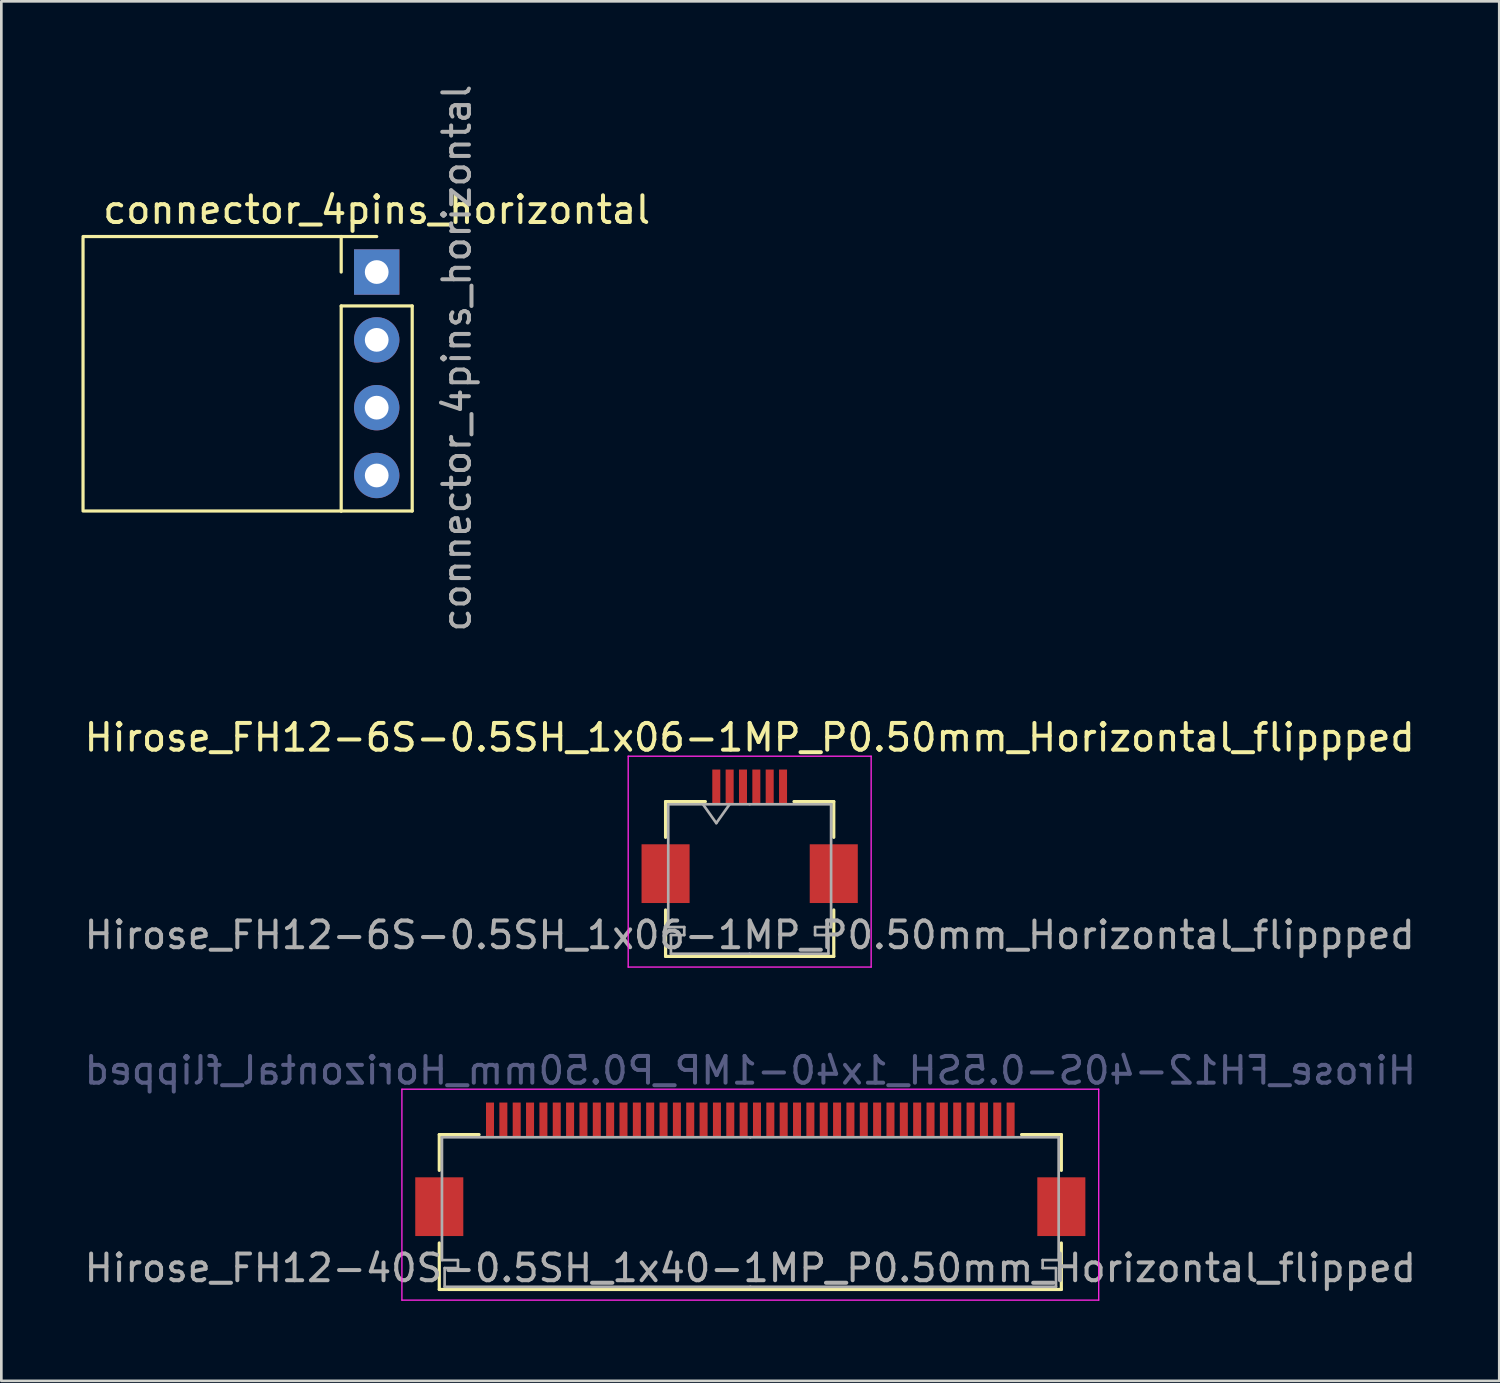
<source format=kicad_pcb>
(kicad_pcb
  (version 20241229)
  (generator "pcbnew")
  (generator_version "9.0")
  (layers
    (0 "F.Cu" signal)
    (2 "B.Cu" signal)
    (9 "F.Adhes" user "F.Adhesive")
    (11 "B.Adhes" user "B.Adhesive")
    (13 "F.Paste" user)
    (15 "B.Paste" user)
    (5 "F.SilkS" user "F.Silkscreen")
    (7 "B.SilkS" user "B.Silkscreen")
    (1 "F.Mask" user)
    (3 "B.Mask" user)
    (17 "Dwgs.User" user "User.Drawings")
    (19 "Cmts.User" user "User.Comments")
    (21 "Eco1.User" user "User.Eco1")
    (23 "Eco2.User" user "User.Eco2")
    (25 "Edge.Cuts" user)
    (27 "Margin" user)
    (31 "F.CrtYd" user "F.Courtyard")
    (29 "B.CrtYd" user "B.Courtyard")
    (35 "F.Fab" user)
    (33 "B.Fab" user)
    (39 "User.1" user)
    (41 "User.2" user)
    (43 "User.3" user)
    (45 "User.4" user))
  (footprint "Hirose_FH12-40S-0.5SH_1x40-1MP_P0.50mm_Horizontal_flipped"
    (layer "F.Cu")
    (at 25.054 40.748)
    (property "Reference" "Hirose_FH12-40S-0.5SH_1x40-1MP_P0.50mm_Horizontal_flipped" (at 0 -3.7 0) (layer "B.Fab") (effects (font (size 1 1) (thickness 0.15)) (justify mirror)))
    (attr smd)
    (fp_line (start -11.65 -1.3) (end -11.65 0.04) (stroke (width 0.12) (type solid)) (layer "F.SilkS"))
    (fp_line (start -11.65 2.76) (end -11.65 4.5) (stroke (width 0.12) (type solid)) (layer "F.SilkS"))
    (fp_line (start -11.65 4.5) (end 11.65 4.5) (stroke (width 0.12) (type solid)) (layer "F.SilkS"))
    (fp_line (start -10.16 -1.3) (end -11.65 -1.3) (stroke (width 0.12) (type solid)) (layer "F.SilkS"))
    (fp_line (start 10.16 -1.3) (end 11.65 -1.3) (stroke (width 0.12) (type solid)) (layer "F.SilkS"))
    (fp_line (start 11.65 -1.3) (end 11.65 0.04) (stroke (width 0.12) (type solid)) (layer "F.SilkS"))
    (fp_line (start 11.65 4.5) (end 11.65 2.76) (stroke (width 0.12) (type solid)) (layer "F.SilkS"))
    (fp_line (start -13.05 -3) (end -13.05 4.9) (stroke (width 0.05) (type solid)) (layer "F.CrtYd"))
    (fp_line (start -13.05 4.9) (end 13.05 4.9) (stroke (width 0.05) (type solid)) (layer "F.CrtYd"))
    (fp_line (start 13.05 -3) (end -13.05 -3) (stroke (width 0.05) (type solid)) (layer "F.CrtYd"))
    (fp_line (start 13.05 4.9) (end 13.05 -3) (stroke (width 0.05) (type solid)) (layer "F.CrtYd"))
    (fp_line (start -11.55 -1.2) (end -11.55 3.4) (stroke (width 0.1) (type solid)) (layer "F.Fab"))
    (fp_line (start -11.55 3.4) (end -10.95 3.4) (stroke (width 0.1) (type solid)) (layer "F.Fab"))
    (fp_line (start -11.45 3.7) (end -11.45 4.4) (stroke (width 0.1) (type solid)) (layer "F.Fab"))
    (fp_line (start -11.45 4.4) (end 0 4.4) (stroke (width 0.1) (type solid)) (layer "F.Fab"))
    (fp_line (start -10.95 3.4) (end -10.95 3.7) (stroke (width 0.1) (type solid)) (layer "F.Fab"))
    (fp_line (start -10.95 3.7) (end -11.45 3.7) (stroke (width 0.1) (type solid)) (layer "F.Fab"))
    (fp_line (start 0 -1.2) (end -11.55 -1.2) (stroke (width 0.1) (type solid)) (layer "F.Fab"))
    (fp_line (start 0 -1.2) (end 11.55 -1.2) (stroke (width 0.1) (type solid)) (layer "F.Fab"))
    (fp_line (start 10.95 3.4) (end 10.95 3.7) (stroke (width 0.1) (type solid)) (layer "F.Fab"))
    (fp_line (start 10.95 3.7) (end 11.45 3.7) (stroke (width 0.1) (type solid)) (layer "F.Fab"))
    (fp_line (start 11.45 3.7) (end 11.45 4.4) (stroke (width 0.1) (type solid)) (layer "F.Fab"))
    (fp_line (start 11.45 4.4) (end 0 4.4) (stroke (width 0.1) (type solid)) (layer "F.Fab"))
    (fp_line (start 11.55 -1.2) (end 11.55 3.4) (stroke (width 0.1) (type solid)) (layer "F.Fab"))
    (fp_line (start 11.55 3.4) (end 10.95 3.4) (stroke (width 0.1) (type solid)) (layer "F.Fab"))
    (fp_text user "${REFERENCE}" (at 0 3.7 0) (layer "F.Fab") (effects (font (size 1 1) (thickness 0.15))))
    (pad "1" smd rect (at 9.75 -1.85) (size 0.3 1.3) (layers "F.Cu" "F.Mask" "F.Paste"))
    (pad "2" smd rect (at 9.25 -1.85) (size 0.3 1.3) (layers "F.Cu" "F.Mask" "F.Paste"))
    (pad "3" smd rect (at 8.75 -1.85) (size 0.3 1.3) (layers "F.Cu" "F.Mask" "F.Paste"))
    (pad "4" smd rect (at 8.25 -1.85) (size 0.3 1.3) (layers "F.Cu" "F.Mask" "F.Paste"))
    (pad "5" smd rect (at 7.75 -1.85) (size 0.3 1.3) (layers "F.Cu" "F.Mask" "F.Paste"))
    (pad "6" smd rect (at 7.25 -1.85) (size 0.3 1.3) (layers "F.Cu" "F.Mask" "F.Paste"))
    (pad "7" smd rect (at 6.75 -1.85) (size 0.3 1.3) (layers "F.Cu" "F.Mask" "F.Paste"))
    (pad "8" smd rect (at 6.25 -1.85) (size 0.3 1.3) (layers "F.Cu" "F.Mask" "F.Paste"))
    (pad "9" smd rect (at 5.75 -1.85) (size 0.3 1.3) (layers "F.Cu" "F.Mask" "F.Paste"))
    (pad "10" smd rect (at 5.25 -1.85) (size 0.3 1.3) (layers "F.Cu" "F.Mask" "F.Paste"))
    (pad "11" smd rect (at 4.75 -1.85) (size 0.3 1.3) (layers "F.Cu" "F.Mask" "F.Paste"))
    (pad "12" smd rect (at 4.25 -1.85) (size 0.3 1.3) (layers "F.Cu" "F.Mask" "F.Paste"))
    (pad "13" smd rect (at 3.75 -1.85) (size 0.3 1.3) (layers "F.Cu" "F.Mask" "F.Paste"))
    (pad "14" smd rect (at 3.25 -1.85) (size 0.3 1.3) (layers "F.Cu" "F.Mask" "F.Paste"))
    (pad "15" smd rect (at 2.75 -1.85) (size 0.3 1.3) (layers "F.Cu" "F.Mask" "F.Paste"))
    (pad "16" smd rect (at 2.25 -1.85) (size 0.3 1.3) (layers "F.Cu" "F.Mask" "F.Paste"))
    (pad "17" smd rect (at 1.75 -1.85) (size 0.3 1.3) (layers "F.Cu" "F.Mask" "F.Paste"))
    (pad "18" smd rect (at 1.25 -1.85) (size 0.3 1.3) (layers "F.Cu" "F.Mask" "F.Paste"))
    (pad "19" smd rect (at 0.75 -1.85) (size 0.3 1.3) (layers "F.Cu" "F.Mask" "F.Paste"))
    (pad "20" smd rect (at 0.25 -1.85) (size 0.3 1.3) (layers "F.Cu" "F.Mask" "F.Paste"))
    (pad "21" smd rect (at -0.25 -1.85) (size 0.3 1.3) (layers "F.Cu" "F.Mask" "F.Paste"))
    (pad "22" smd rect (at -0.75 -1.85) (size 0.3 1.3) (layers "F.Cu" "F.Mask" "F.Paste"))
    (pad "23" smd rect (at -1.25 -1.85) (size 0.3 1.3) (layers "F.Cu" "F.Mask" "F.Paste"))
    (pad "24" smd rect (at -1.75 -1.85) (size 0.3 1.3) (layers "F.Cu" "F.Mask" "F.Paste"))
    (pad "25" smd rect (at -2.25 -1.85) (size 0.3 1.3) (layers "F.Cu" "F.Mask" "F.Paste"))
    (pad "26" smd rect (at -2.75 -1.85) (size 0.3 1.3) (layers "F.Cu" "F.Mask" "F.Paste"))
    (pad "27" smd rect (at -3.25 -1.85) (size 0.3 1.3) (layers "F.Cu" "F.Mask" "F.Paste"))
    (pad "28" smd rect (at -3.75 -1.85) (size 0.3 1.3) (layers "F.Cu" "F.Mask" "F.Paste"))
    (pad "29" smd rect (at -4.25 -1.85) (size 0.3 1.3) (layers "F.Cu" "F.Mask" "F.Paste"))
    (pad "30" smd rect (at -4.75 -1.85) (size 0.3 1.3) (layers "F.Cu" "F.Mask" "F.Paste"))
    (pad "31" smd rect (at -5.25 -1.85) (size 0.3 1.3) (layers "F.Cu" "F.Mask" "F.Paste"))
    (pad "32" smd rect (at -5.75 -1.85) (size 0.3 1.3) (layers "F.Cu" "F.Mask" "F.Paste"))
    (pad "33" smd rect (at -6.25 -1.85) (size 0.3 1.3) (layers "F.Cu" "F.Mask" "F.Paste"))
    (pad "34" smd rect (at -6.75 -1.85) (size 0.3 1.3) (layers "F.Cu" "F.Mask" "F.Paste"))
    (pad "35" smd rect (at -7.25 -1.85) (size 0.3 1.3) (layers "F.Cu" "F.Mask" "F.Paste"))
    (pad "36" smd rect (at -7.75 -1.85) (size 0.3 1.3) (layers "F.Cu" "F.Mask" "F.Paste"))
    (pad "37" smd rect (at -8.25 -1.85) (size 0.3 1.3) (layers "F.Cu" "F.Mask" "F.Paste"))
    (pad "38" smd rect (at -8.75 -1.85) (size 0.3 1.3) (layers "F.Cu" "F.Mask" "F.Paste"))
    (pad "39" smd rect (at -9.25 -1.85) (size 0.3 1.3) (layers "F.Cu" "F.Mask" "F.Paste"))
    (pad "40" smd rect (at -9.75 -1.85) (size 0.3 1.3) (layers "F.Cu" "F.Mask" "F.Paste"))
    (pad "MP" smd rect (at -11.65 1.4) (size 1.8 2.2) (layers "F.Cu" "F.Mask" "F.Paste"))
    (pad "MP" smd rect (at 11.65 1.4) (size 1.8 2.2) (layers "F.Cu" "F.Mask" "F.Paste")))
  (footprint "Hirose_FH12-6S-0.5SH_1x06-1MP_P0.50mm_Horizontal_flippped"
    (layer "F.Cu")
    (at 25.03 28.274)
    (property "Reference" "Hirose_FH12-6S-0.5SH_1x06-1MP_P0.50mm_Horizontal_flippped" (at 0 -3.7 0) (layer "F.SilkS") (effects (font (size 1 1) (thickness 0.15))))
    (attr smd)
    (fp_line (start -3.15 -1.3) (end -3.15 0.04) (stroke (width 0.12) (type solid)) (layer "F.SilkS"))
    (fp_line (start -3.15 2.76) (end -3.15 4.5) (stroke (width 0.12) (type solid)) (layer "F.SilkS"))
    (fp_line (start -3.15 4.5) (end 3.15 4.5) (stroke (width 0.12) (type solid)) (layer "F.SilkS"))
    (fp_line (start -1.66 -1.3) (end -3.15 -1.3) (stroke (width 0.12) (type solid)) (layer "F.SilkS"))
    (fp_line (start 1.66 -1.3) (end 3.15 -1.3) (stroke (width 0.12) (type solid)) (layer "F.SilkS"))
    (fp_line (start 3.15 -1.3) (end 3.15 0.04) (stroke (width 0.12) (type solid)) (layer "F.SilkS"))
    (fp_line (start 3.15 4.5) (end 3.15 2.76) (stroke (width 0.12) (type solid)) (layer "F.SilkS"))
    (fp_line (start -4.55 -3) (end -4.55 4.9) (stroke (width 0.05) (type solid)) (layer "F.CrtYd"))
    (fp_line (start -4.55 4.9) (end 4.55 4.9) (stroke (width 0.05) (type solid)) (layer "F.CrtYd"))
    (fp_line (start 4.55 -3) (end -4.55 -3) (stroke (width 0.05) (type solid)) (layer "F.CrtYd"))
    (fp_line (start 4.55 4.9) (end 4.55 -3) (stroke (width 0.05) (type solid)) (layer "F.CrtYd"))
    (fp_line (start -3.05 -1.2) (end -3.05 3.4) (stroke (width 0.1) (type solid)) (layer "F.Fab"))
    (fp_line (start -3.05 3.4) (end -2.45 3.4) (stroke (width 0.1) (type solid)) (layer "F.Fab"))
    (fp_line (start -2.95 3.7) (end -2.95 4.4) (stroke (width 0.1) (type solid)) (layer "F.Fab"))
    (fp_line (start -2.95 4.4) (end 0 4.4) (stroke (width 0.1) (type solid)) (layer "F.Fab"))
    (fp_line (start -2.45 3.4) (end -2.45 3.7) (stroke (width 0.1) (type solid)) (layer "F.Fab"))
    (fp_line (start -2.45 3.7) (end -2.95 3.7) (stroke (width 0.1) (type solid)) (layer "F.Fab"))
    (fp_line (start -1.75 -1.2) (end -1.25 -0.493) (stroke (width 0.1) (type solid)) (layer "F.Fab"))
    (fp_line (start -1.25 -0.493) (end -0.75 -1.2) (stroke (width 0.1) (type solid)) (layer "F.Fab"))
    (fp_line (start 0 -1.2) (end -3.05 -1.2) (stroke (width 0.1) (type solid)) (layer "F.Fab"))
    (fp_line (start 0 -1.2) (end 3.05 -1.2) (stroke (width 0.1) (type solid)) (layer "F.Fab"))
    (fp_line (start 2.45 3.4) (end 2.45 3.7) (stroke (width 0.1) (type solid)) (layer "F.Fab"))
    (fp_line (start 2.45 3.7) (end 2.95 3.7) (stroke (width 0.1) (type solid)) (layer "F.Fab"))
    (fp_line (start 2.95 3.7) (end 2.95 4.4) (stroke (width 0.1) (type solid)) (layer "F.Fab"))
    (fp_line (start 2.95 4.4) (end 0 4.4) (stroke (width 0.1) (type solid)) (layer "F.Fab"))
    (fp_line (start 3.05 -1.2) (end 3.05 3.4) (stroke (width 0.1) (type solid)) (layer "F.Fab"))
    (fp_line (start 3.05 3.4) (end 2.45 3.4) (stroke (width 0.1) (type solid)) (layer "F.Fab"))
    (fp_text user "${REFERENCE}" (at 0 3.7 0) (layer "F.Fab") (effects (font (size 1 1) (thickness 0.15))))
    (pad "1" smd rect (at 1.25 -1.85) (size 0.3 1.3) (layers "F.Cu" "F.Mask" "F.Paste"))
    (pad "2" smd rect (at 0.75 -1.85) (size 0.3 1.3) (layers "F.Cu" "F.Mask" "F.Paste"))
    (pad "3" smd rect (at 0.25 -1.85) (size 0.3 1.3) (layers "F.Cu" "F.Mask" "F.Paste"))
    (pad "4" smd rect (at -0.25 -1.85) (size 0.3 1.3) (layers "F.Cu" "F.Mask" "F.Paste"))
    (pad "5" smd rect (at -0.75 -1.85) (size 0.3 1.3) (layers "F.Cu" "F.Mask" "F.Paste"))
    (pad "6" smd rect (at -1.25 -1.85) (size 0.3 1.3) (layers "F.Cu" "F.Mask" "F.Paste"))
    (pad "MP" smd rect (at -3.15 1.4) (size 1.8 2.2) (layers "F.Cu" "F.Mask" "F.Paste"))
    (pad "MP" smd rect (at 3.15 1.4) (size 1.8 2.2) (layers "F.Cu" "F.Mask" "F.Paste")))
  (footprint "connector_4pins_horizontal"
    (layer "F.Cu")
    (at 11.06 7.14)
    (property "Reference" "connector_4pins_horizontal" (at 0 -2.33 0) (layer "F.SilkS") (effects (font (size 1 1) (thickness 0.15))))
    (attr through_hole)
    (fp_line (start -11 -1.27) (end -11 8.89) (stroke (width 0.12) (type solid)) (layer "F.SilkS"))
    (fp_line (start -11 8.95) (end -1.33 8.95) (stroke (width 0.12) (type solid)) (layer "F.SilkS"))
    (fp_line (start -1.33 -1.33) (end -11 -1.33) (stroke (width 0.12) (type solid)) (layer "F.SilkS"))
    (fp_line (start -1.33 -1.33) (end 0 -1.33) (stroke (width 0.12) (type solid)) (layer "F.SilkS"))
    (fp_line (start -1.33 0) (end -1.33 -1.33) (stroke (width 0.12) (type solid)) (layer "F.SilkS"))
    (fp_line (start -1.33 1.27) (end -1.33 8.95) (stroke (width 0.12) (type solid)) (layer "F.SilkS"))
    (fp_line (start -1.33 1.27) (end 1.33 1.27) (stroke (width 0.12) (type solid)) (layer "F.SilkS"))
    (fp_line (start -1.33 8.95) (end 1.33 8.95) (stroke (width 0.12) (type solid)) (layer "F.SilkS"))
    (fp_line (start 1.33 1.27) (end 1.33 8.95) (stroke (width 0.12) (type solid)) (layer "F.SilkS"))
    (fp_text user "${REFERENCE}" (at 3 3.223 90) (layer "F.Fab") (effects (font (size 1 1) (thickness 0.15))))
    (pad "1" thru_hole rect (at 0 0) (size 1.7 1.7) (drill 0.889) (layers "*.Cu" "F.Mask"))
    (pad "2" thru_hole oval (at 0 2.54) (size 1.7 1.7) (drill 0.889) (layers "*.Cu" "F.Mask"))
    (pad "3" thru_hole oval (at 0 5.08) (size 1.7 1.7) (drill 0.889) (layers "*.Cu" "F.Mask"))
    (pad "4" thru_hole oval (at 0 7.62) (size 1.7 1.7) (drill 0.889) (layers "*.Cu" "F.Mask")))
  (gr_rect
    (start -3 -3)
    (end 53.107 48.673)
    (stroke (width 0.1) (type default))
    (fill no)
    (layer "Edge.Cuts")))
</source>
